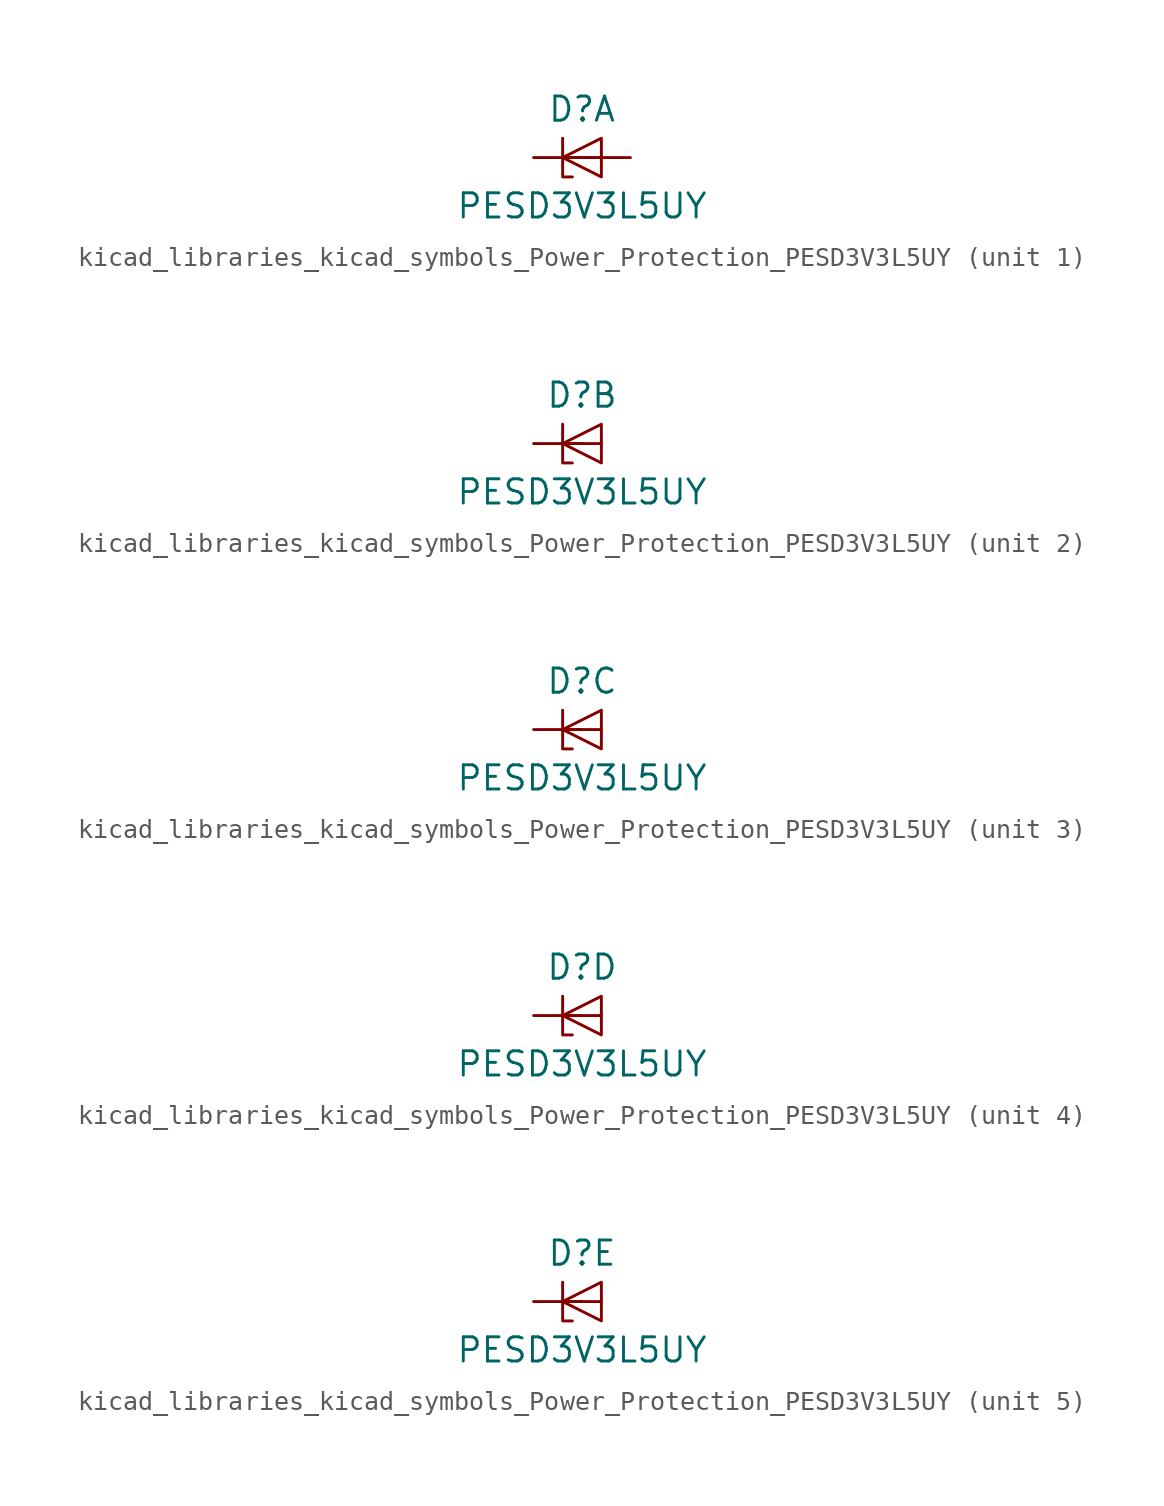
<source format=kicad_sym>
(kicad_symbol_lib
  (version 20220914)
  (generator kicad_symbol_editor)
  (symbol "kicad_libraries_kicad_symbols_Power_Protection_PESD3V3L5UY"
    (pin_numbers hide)
    (pin_names hide)
    (property "Reference" "D"
      (at 0 2.54 0)
      (effects (font (size 1.27 1.27))))
    (property "Value" "PESD3V3L5UY"
      (at 0 -2.54 0)
      (effects (font (size 1.27 1.27))))
    (property "ki_locked" ""
      (at 0 0 0)
      (effects (font (size 1.27 1.27))))
    (symbol "kicad_libraries_kicad_symbols_Power_Protection_PESD3V3L5UY_0_1"
      (polyline (pts (xy -1.016 0) (xy 1.016 0)) (stroke (width 0) (type default)) (fill (type none)))
      (polyline (pts (xy -1.016 1.016) (xy -1.016 -1.016) (xy -0.508 -1.016)) (stroke (width 0) (type default)) (fill (type none)))
      (polyline (pts (xy 1.016 1.016) (xy -1.016 0) (xy 1.016 -1.016) (xy 1.016 1.016)) (stroke (width 0) (type default)) (fill (type none))))
    (symbol "kicad_libraries_kicad_symbols_Power_Protection_PESD3V3L5UY_1_1"
      (pin passive line (at -2.54 0 0) (length 2.54) (name "K1" (effects (font (size 1.27 1.27)))) (number "1" (effects (font (size 1.27 1.27)))))
      (pin passive line (at 2.54 0 180) (length 2.54) (name "A" (effects (font (size 1.27 1.27)))) (number "2" (effects (font (size 1.27 1.27))))))
    (symbol "kicad_libraries_kicad_symbols_Power_Protection_PESD3V3L5UY_2_1"
      (pin passive line (at -2.54 0 0) (length 2.54) (name "K2" (effects (font (size 1.27 1.27)))) (number "3" (effects (font (size 1.27 1.27))))))
    (symbol "kicad_libraries_kicad_symbols_Power_Protection_PESD3V3L5UY_3_1"
      (pin passive line (at -2.54 0 0) (length 2.54) (name "K3" (effects (font (size 1.27 1.27)))) (number "4" (effects (font (size 1.27 1.27))))))
    (symbol "kicad_libraries_kicad_symbols_Power_Protection_PESD3V3L5UY_4_1"
      (pin passive line (at -2.54 0 0) (length 2.54) (name "K4" (effects (font (size 1.27 1.27)))) (number "5" (effects (font (size 1.27 1.27))))))
    (symbol "kicad_libraries_kicad_symbols_Power_Protection_PESD3V3L5UY_5_1"
      (pin passive line (at -2.54 0 0) (length 2.54) (name "K5" (effects (font (size 1.27 1.27)))) (number "6" (effects (font (size 1.27 1.27))))))))
</source>
